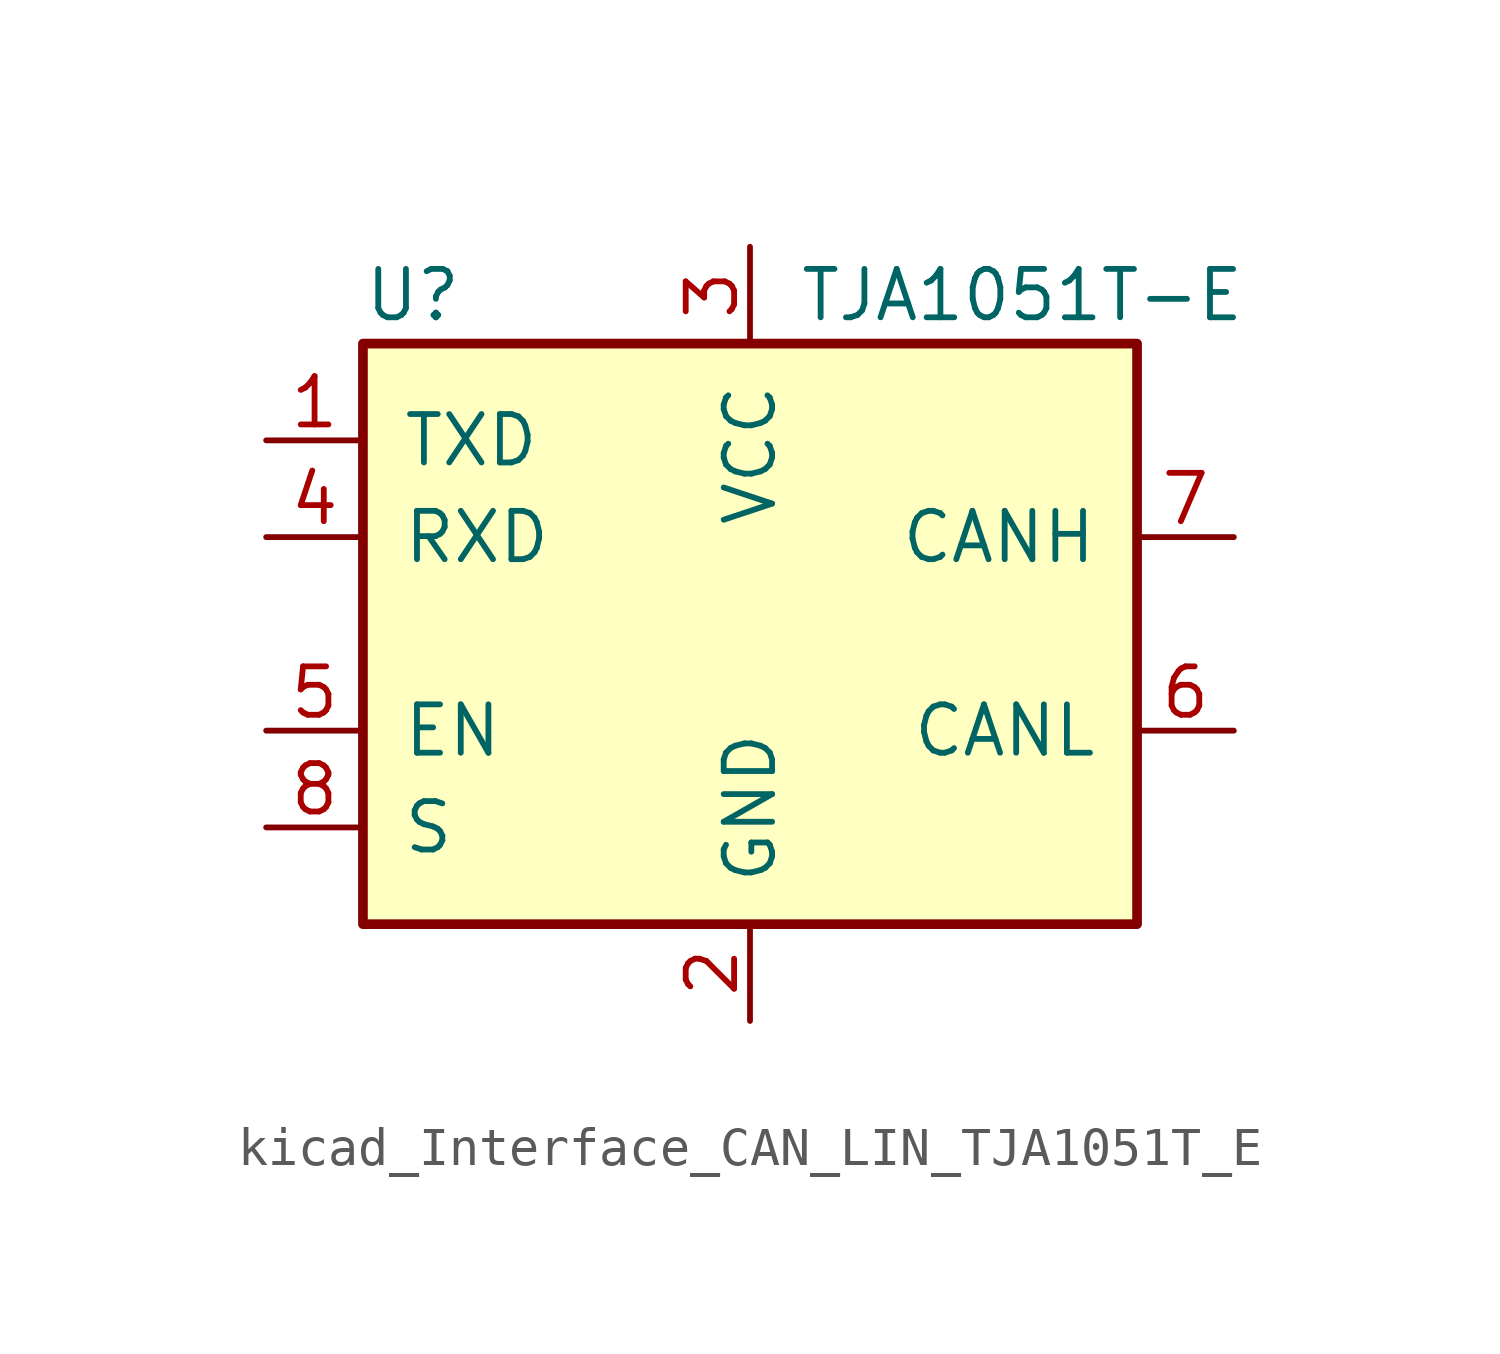
<source format=kicad_sym>
(kicad_symbol_lib
  (version 20220914)
  (generator kicad_symbol_editor)
  (symbol "kicad_Interface_CAN_LIN_TJA1051T_E"
    (pin_names
      (offset 1.016))
    (property "Reference" "U"
      (at -10.16 8.89 0)
      (effects (font (size 1.27 1.27)) (justify left)))
    (property "Value" "TJA1051T-E"
      (at 1.27 8.89 0)
      (effects (font (size 1.27 1.27)) (justify left)))
    (symbol "kicad_Interface_CAN_LIN_TJA1051T_E_0_1"
      (rectangle (start -10.16 7.62) (end 10.16 -7.62) (stroke (width 0.254) (type default)) (fill (type background))))
    (symbol "kicad_Interface_CAN_LIN_TJA1051T_E_1_1"
      (pin input line (at -12.7 5.08 0) (length 2.54) (name "TXD" (effects (font (size 1.27 1.27)))) (number "1" (effects (font (size 1.27 1.27)))))
      (pin power_in line (at 0 -10.16 90) (length 2.54) (name "GND" (effects (font (size 1.27 1.27)))) (number "2" (effects (font (size 1.27 1.27)))))
      (pin power_in line (at 0 10.16 270) (length 2.54) (name "VCC" (effects (font (size 1.27 1.27)))) (number "3" (effects (font (size 1.27 1.27)))))
      (pin output line (at -12.7 2.54 0) (length 2.54) (name "RXD" (effects (font (size 1.27 1.27)))) (number "4" (effects (font (size 1.27 1.27)))))
      (pin input line (at -12.7 -2.54 0) (length 2.54) (name "EN" (effects (font (size 1.27 1.27)))) (number "5" (effects (font (size 1.27 1.27)))))
      (pin bidirectional line (at 12.7 -2.54 180) (length 2.54) (name "CANL" (effects (font (size 1.27 1.27)))) (number "6" (effects (font (size 1.27 1.27)))))
      (pin bidirectional line (at 12.7 2.54 180) (length 2.54) (name "CANH" (effects (font (size 1.27 1.27)))) (number "7" (effects (font (size 1.27 1.27)))))
      (pin input line (at -12.7 -5.08 0) (length 2.54) (name "S" (effects (font (size 1.27 1.27)))) (number "8" (effects (font (size 1.27 1.27))))))))
</source>
